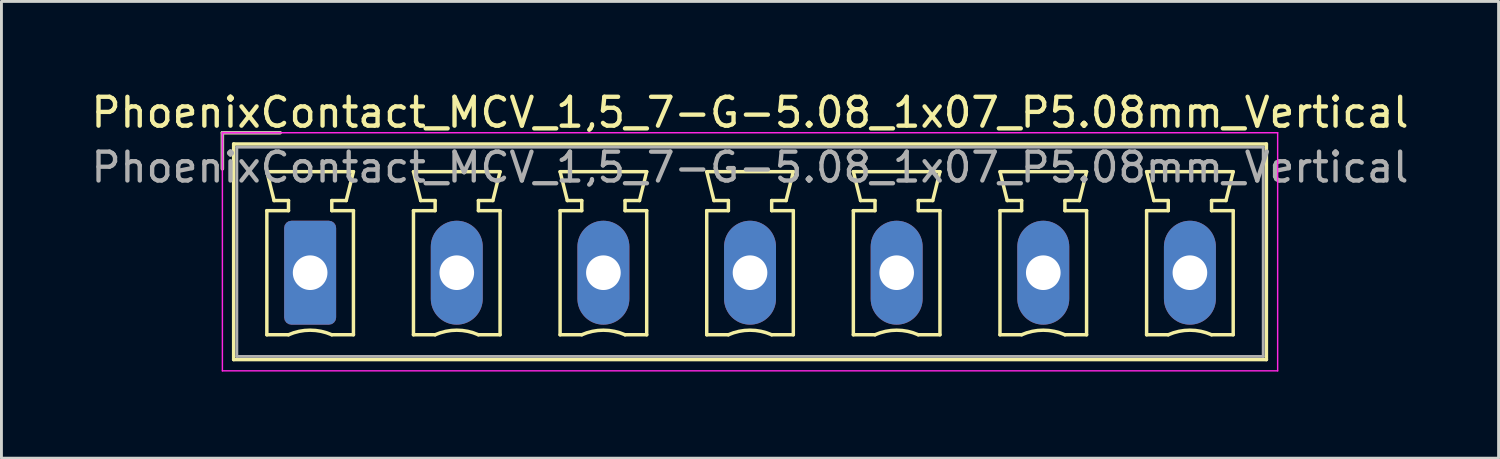
<source format=kicad_pcb>
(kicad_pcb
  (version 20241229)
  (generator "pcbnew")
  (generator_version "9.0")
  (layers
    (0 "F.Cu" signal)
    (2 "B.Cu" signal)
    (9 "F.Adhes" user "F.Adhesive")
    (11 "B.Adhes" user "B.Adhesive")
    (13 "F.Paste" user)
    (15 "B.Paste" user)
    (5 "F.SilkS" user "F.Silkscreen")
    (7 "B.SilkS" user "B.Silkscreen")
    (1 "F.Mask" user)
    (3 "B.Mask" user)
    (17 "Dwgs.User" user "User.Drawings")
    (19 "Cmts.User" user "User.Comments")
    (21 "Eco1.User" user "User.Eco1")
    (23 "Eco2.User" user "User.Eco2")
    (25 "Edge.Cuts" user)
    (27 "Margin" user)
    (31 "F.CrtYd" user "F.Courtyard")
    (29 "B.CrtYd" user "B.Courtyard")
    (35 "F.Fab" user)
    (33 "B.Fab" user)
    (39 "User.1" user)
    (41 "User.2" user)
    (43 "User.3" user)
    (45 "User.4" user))
  (footprint "PhoenixContact_MCV_1,5_7-G-5.08_1x07_P5.08mm_Vertical"
    (layer "F.Cu")
    (at 7.695 6.398)
    (property "Reference" "PhoenixContact_MCV_1,5_7-G-5.08_1x07_P5.08mm_Vertical" (at 15.24 -5.55 0) (layer "F.SilkS") (effects (font (size 1 1) (thickness 0.15))))
    (attr through_hole)
    (fp_line (start -3.04 -4.85) (end -1.04 -4.85) (stroke (width 0.12) (type solid)) (layer "F.SilkS"))
    (fp_line (start -3.04 -3.6) (end -3.04 -4.85) (stroke (width 0.12) (type solid)) (layer "F.SilkS"))
    (fp_line (start -2.65 -4.46) (end -2.65 3.01) (stroke (width 0.12) (type solid)) (layer "F.SilkS"))
    (fp_line (start -2.65 3.01) (end 33.13 3.01) (stroke (width 0.12) (type solid)) (layer "F.SilkS"))
    (fp_line (start -1.5 -3.5) (end 1.5 -3.5) (stroke (width 0.12) (type solid)) (layer "F.SilkS"))
    (fp_line (start -1.5 -2.15) (end -0.75 -2.15) (stroke (width 0.12) (type solid)) (layer "F.SilkS"))
    (fp_line (start -1.5 2.15) (end -1.5 -2.15) (stroke (width 0.12) (type solid)) (layer "F.SilkS"))
    (fp_line (start -1.25 -2.5) (end -1.5 -3.5) (stroke (width 0.12) (type solid)) (layer "F.SilkS"))
    (fp_line (start -0.75 -2.5) (end -1.25 -2.5) (stroke (width 0.12) (type solid)) (layer "F.SilkS"))
    (fp_line (start -0.75 -2.15) (end -0.75 -2.5) (stroke (width 0.12) (type solid)) (layer "F.SilkS"))
    (fp_line (start -0.75 2.15) (end -1.5 2.15) (stroke (width 0.12) (type solid)) (layer "F.SilkS"))
    (fp_line (start 0.75 -2.5) (end 0.75 -2.15) (stroke (width 0.12) (type solid)) (layer "F.SilkS"))
    (fp_line (start 0.75 -2.15) (end 1.5 -2.15) (stroke (width 0.12) (type solid)) (layer "F.SilkS"))
    (fp_line (start 1.25 -2.5) (end 0.75 -2.5) (stroke (width 0.12) (type solid)) (layer "F.SilkS"))
    (fp_line (start 1.5 -3.5) (end 1.25 -2.5) (stroke (width 0.12) (type solid)) (layer "F.SilkS"))
    (fp_line (start 1.5 -2.15) (end 1.5 2.15) (stroke (width 0.12) (type solid)) (layer "F.SilkS"))
    (fp_line (start 1.5 2.15) (end 0.75 2.15) (stroke (width 0.12) (type solid)) (layer "F.SilkS"))
    (fp_line (start 3.58 -3.5) (end 6.58 -3.5) (stroke (width 0.12) (type solid)) (layer "F.SilkS"))
    (fp_line (start 3.58 -2.15) (end 4.33 -2.15) (stroke (width 0.12) (type solid)) (layer "F.SilkS"))
    (fp_line (start 3.58 2.15) (end 3.58 -2.15) (stroke (width 0.12) (type solid)) (layer "F.SilkS"))
    (fp_line (start 3.83 -2.5) (end 3.58 -3.5) (stroke (width 0.12) (type solid)) (layer "F.SilkS"))
    (fp_line (start 4.33 -2.5) (end 3.83 -2.5) (stroke (width 0.12) (type solid)) (layer "F.SilkS"))
    (fp_line (start 4.33 -2.15) (end 4.33 -2.5) (stroke (width 0.12) (type solid)) (layer "F.SilkS"))
    (fp_line (start 4.33 2.15) (end 3.58 2.15) (stroke (width 0.12) (type solid)) (layer "F.SilkS"))
    (fp_line (start 5.83 -2.5) (end 5.83 -2.15) (stroke (width 0.12) (type solid)) (layer "F.SilkS"))
    (fp_line (start 5.83 -2.15) (end 6.58 -2.15) (stroke (width 0.12) (type solid)) (layer "F.SilkS"))
    (fp_line (start 6.33 -2.5) (end 5.83 -2.5) (stroke (width 0.12) (type solid)) (layer "F.SilkS"))
    (fp_line (start 6.58 -3.5) (end 6.33 -2.5) (stroke (width 0.12) (type solid)) (layer "F.SilkS"))
    (fp_line (start 6.58 -2.15) (end 6.58 2.15) (stroke (width 0.12) (type solid)) (layer "F.SilkS"))
    (fp_line (start 6.58 2.15) (end 5.83 2.15) (stroke (width 0.12) (type solid)) (layer "F.SilkS"))
    (fp_line (start 8.66 -3.5) (end 11.66 -3.5) (stroke (width 0.12) (type solid)) (layer "F.SilkS"))
    (fp_line (start 8.66 -2.15) (end 9.41 -2.15) (stroke (width 0.12) (type solid)) (layer "F.SilkS"))
    (fp_line (start 8.66 2.15) (end 8.66 -2.15) (stroke (width 0.12) (type solid)) (layer "F.SilkS"))
    (fp_line (start 8.91 -2.5) (end 8.66 -3.5) (stroke (width 0.12) (type solid)) (layer "F.SilkS"))
    (fp_line (start 9.41 -2.5) (end 8.91 -2.5) (stroke (width 0.12) (type solid)) (layer "F.SilkS"))
    (fp_line (start 9.41 -2.15) (end 9.41 -2.5) (stroke (width 0.12) (type solid)) (layer "F.SilkS"))
    (fp_line (start 9.41 2.15) (end 8.66 2.15) (stroke (width 0.12) (type solid)) (layer "F.SilkS"))
    (fp_line (start 10.91 -2.5) (end 10.91 -2.15) (stroke (width 0.12) (type solid)) (layer "F.SilkS"))
    (fp_line (start 10.91 -2.15) (end 11.66 -2.15) (stroke (width 0.12) (type solid)) (layer "F.SilkS"))
    (fp_line (start 11.41 -2.5) (end 10.91 -2.5) (stroke (width 0.12) (type solid)) (layer "F.SilkS"))
    (fp_line (start 11.66 -3.5) (end 11.41 -2.5) (stroke (width 0.12) (type solid)) (layer "F.SilkS"))
    (fp_line (start 11.66 -2.15) (end 11.66 2.15) (stroke (width 0.12) (type solid)) (layer "F.SilkS"))
    (fp_line (start 11.66 2.15) (end 10.91 2.15) (stroke (width 0.12) (type solid)) (layer "F.SilkS"))
    (fp_line (start 13.74 -3.5) (end 16.74 -3.5) (stroke (width 0.12) (type solid)) (layer "F.SilkS"))
    (fp_line (start 13.74 -2.15) (end 14.49 -2.15) (stroke (width 0.12) (type solid)) (layer "F.SilkS"))
    (fp_line (start 13.74 2.15) (end 13.74 -2.15) (stroke (width 0.12) (type solid)) (layer "F.SilkS"))
    (fp_line (start 13.99 -2.5) (end 13.74 -3.5) (stroke (width 0.12) (type solid)) (layer "F.SilkS"))
    (fp_line (start 14.49 -2.5) (end 13.99 -2.5) (stroke (width 0.12) (type solid)) (layer "F.SilkS"))
    (fp_line (start 14.49 -2.15) (end 14.49 -2.5) (stroke (width 0.12) (type solid)) (layer "F.SilkS"))
    (fp_line (start 14.49 2.15) (end 13.74 2.15) (stroke (width 0.12) (type solid)) (layer "F.SilkS"))
    (fp_line (start 15.99 -2.5) (end 15.99 -2.15) (stroke (width 0.12) (type solid)) (layer "F.SilkS"))
    (fp_line (start 15.99 -2.15) (end 16.74 -2.15) (stroke (width 0.12) (type solid)) (layer "F.SilkS"))
    (fp_line (start 16.49 -2.5) (end 15.99 -2.5) (stroke (width 0.12) (type solid)) (layer "F.SilkS"))
    (fp_line (start 16.74 -3.5) (end 16.49 -2.5) (stroke (width 0.12) (type solid)) (layer "F.SilkS"))
    (fp_line (start 16.74 -2.15) (end 16.74 2.15) (stroke (width 0.12) (type solid)) (layer "F.SilkS"))
    (fp_line (start 16.74 2.15) (end 15.99 2.15) (stroke (width 0.12) (type solid)) (layer "F.SilkS"))
    (fp_line (start 18.82 -3.5) (end 21.82 -3.5) (stroke (width 0.12) (type solid)) (layer "F.SilkS"))
    (fp_line (start 18.82 -2.15) (end 19.57 -2.15) (stroke (width 0.12) (type solid)) (layer "F.SilkS"))
    (fp_line (start 18.82 2.15) (end 18.82 -2.15) (stroke (width 0.12) (type solid)) (layer "F.SilkS"))
    (fp_line (start 19.07 -2.5) (end 18.82 -3.5) (stroke (width 0.12) (type solid)) (layer "F.SilkS"))
    (fp_line (start 19.57 -2.5) (end 19.07 -2.5) (stroke (width 0.12) (type solid)) (layer "F.SilkS"))
    (fp_line (start 19.57 -2.15) (end 19.57 -2.5) (stroke (width 0.12) (type solid)) (layer "F.SilkS"))
    (fp_line (start 19.57 2.15) (end 18.82 2.15) (stroke (width 0.12) (type solid)) (layer "F.SilkS"))
    (fp_line (start 21.07 -2.5) (end 21.07 -2.15) (stroke (width 0.12) (type solid)) (layer "F.SilkS"))
    (fp_line (start 21.07 -2.15) (end 21.82 -2.15) (stroke (width 0.12) (type solid)) (layer "F.SilkS"))
    (fp_line (start 21.57 -2.5) (end 21.07 -2.5) (stroke (width 0.12) (type solid)) (layer "F.SilkS"))
    (fp_line (start 21.82 -3.5) (end 21.57 -2.5) (stroke (width 0.12) (type solid)) (layer "F.SilkS"))
    (fp_line (start 21.82 -2.15) (end 21.82 2.15) (stroke (width 0.12) (type solid)) (layer "F.SilkS"))
    (fp_line (start 21.82 2.15) (end 21.07 2.15) (stroke (width 0.12) (type solid)) (layer "F.SilkS"))
    (fp_line (start 23.9 -3.5) (end 26.9 -3.5) (stroke (width 0.12) (type solid)) (layer "F.SilkS"))
    (fp_line (start 23.9 -2.15) (end 24.65 -2.15) (stroke (width 0.12) (type solid)) (layer "F.SilkS"))
    (fp_line (start 23.9 2.15) (end 23.9 -2.15) (stroke (width 0.12) (type solid)) (layer "F.SilkS"))
    (fp_line (start 24.15 -2.5) (end 23.9 -3.5) (stroke (width 0.12) (type solid)) (layer "F.SilkS"))
    (fp_line (start 24.65 -2.5) (end 24.15 -2.5) (stroke (width 0.12) (type solid)) (layer "F.SilkS"))
    (fp_line (start 24.65 -2.15) (end 24.65 -2.5) (stroke (width 0.12) (type solid)) (layer "F.SilkS"))
    (fp_line (start 24.65 2.15) (end 23.9 2.15) (stroke (width 0.12) (type solid)) (layer "F.SilkS"))
    (fp_line (start 26.15 -2.5) (end 26.15 -2.15) (stroke (width 0.12) (type solid)) (layer "F.SilkS"))
    (fp_line (start 26.15 -2.15) (end 26.9 -2.15) (stroke (width 0.12) (type solid)) (layer "F.SilkS"))
    (fp_line (start 26.65 -2.5) (end 26.15 -2.5) (stroke (width 0.12) (type solid)) (layer "F.SilkS"))
    (fp_line (start 26.9 -3.5) (end 26.65 -2.5) (stroke (width 0.12) (type solid)) (layer "F.SilkS"))
    (fp_line (start 26.9 -2.15) (end 26.9 2.15) (stroke (width 0.12) (type solid)) (layer "F.SilkS"))
    (fp_line (start 26.9 2.15) (end 26.15 2.15) (stroke (width 0.12) (type solid)) (layer "F.SilkS"))
    (fp_line (start 28.98 -3.5) (end 31.98 -3.5) (stroke (width 0.12) (type solid)) (layer "F.SilkS"))
    (fp_line (start 28.98 -2.15) (end 29.73 -2.15) (stroke (width 0.12) (type solid)) (layer "F.SilkS"))
    (fp_line (start 28.98 2.15) (end 28.98 -2.15) (stroke (width 0.12) (type solid)) (layer "F.SilkS"))
    (fp_line (start 29.23 -2.5) (end 28.98 -3.5) (stroke (width 0.12) (type solid)) (layer "F.SilkS"))
    (fp_line (start 29.73 -2.5) (end 29.23 -2.5) (stroke (width 0.12) (type solid)) (layer "F.SilkS"))
    (fp_line (start 29.73 -2.15) (end 29.73 -2.5) (stroke (width 0.12) (type solid)) (layer "F.SilkS"))
    (fp_line (start 29.73 2.15) (end 28.98 2.15) (stroke (width 0.12) (type solid)) (layer "F.SilkS"))
    (fp_line (start 31.23 -2.5) (end 31.23 -2.15) (stroke (width 0.12) (type solid)) (layer "F.SilkS"))
    (fp_line (start 31.23 -2.15) (end 31.98 -2.15) (stroke (width 0.12) (type solid)) (layer "F.SilkS"))
    (fp_line (start 31.73 -2.5) (end 31.23 -2.5) (stroke (width 0.12) (type solid)) (layer "F.SilkS"))
    (fp_line (start 31.98 -3.5) (end 31.73 -2.5) (stroke (width 0.12) (type solid)) (layer "F.SilkS"))
    (fp_line (start 31.98 -2.15) (end 31.98 2.15) (stroke (width 0.12) (type solid)) (layer "F.SilkS"))
    (fp_line (start 31.98 2.15) (end 31.23 2.15) (stroke (width 0.12) (type solid)) (layer "F.SilkS"))
    (fp_line (start 33.13 -4.46) (end -2.65 -4.46) (stroke (width 0.12) (type solid)) (layer "F.SilkS"))
    (fp_line (start 33.13 3.01) (end 33.13 -4.46) (stroke (width 0.12) (type solid)) (layer "F.SilkS"))
    (fp_arc (start -0.75 2.15) (mid -0.000193 1.99191) (end 0.749647 2.149844) (stroke (width 0.12) (type solid)) (layer "F.SilkS"))
    (fp_arc (start 4.33 2.15) (mid 5.079807 1.99191) (end 5.829647 2.149844) (stroke (width 0.12) (type solid)) (layer "F.SilkS"))
    (fp_arc (start 9.41 2.15) (mid 10.159807 1.99191) (end 10.909647 2.149844) (stroke (width 0.12) (type solid)) (layer "F.SilkS"))
    (fp_arc (start 14.49 2.15) (mid 15.239807 1.99191) (end 15.989647 2.149844) (stroke (width 0.12) (type solid)) (layer "F.SilkS"))
    (fp_arc (start 19.57 2.15) (mid 20.319807 1.99191) (end 21.069647 2.149844) (stroke (width 0.12) (type solid)) (layer "F.SilkS"))
    (fp_arc (start 24.65 2.15) (mid 25.399807 1.99191) (end 26.149647 2.149844) (stroke (width 0.12) (type solid)) (layer "F.SilkS"))
    (fp_arc (start 29.73 2.15) (mid 30.479807 1.99191) (end 31.229647 2.149844) (stroke (width 0.12) (type solid)) (layer "F.SilkS"))
    (fp_line (start -3.04 -4.85) (end -3.04 3.4) (stroke (width 0.05) (type solid)) (layer "F.CrtYd"))
    (fp_line (start -3.04 3.4) (end 33.52 3.4) (stroke (width 0.05) (type solid)) (layer "F.CrtYd"))
    (fp_line (start 33.52 -4.85) (end -3.04 -4.85) (stroke (width 0.05) (type solid)) (layer "F.CrtYd"))
    (fp_line (start 33.52 3.4) (end 33.52 -4.85) (stroke (width 0.05) (type solid)) (layer "F.CrtYd"))
    (fp_line (start -3.04 -4.85) (end -1.04 -4.85) (stroke (width 0.1) (type solid)) (layer "F.Fab"))
    (fp_line (start -3.04 -3.6) (end -3.04 -4.85) (stroke (width 0.1) (type solid)) (layer "F.Fab"))
    (fp_line (start -2.54 -4.35) (end -2.54 2.9) (stroke (width 0.1) (type solid)) (layer "F.Fab"))
    (fp_line (start -2.54 2.9) (end 33.02 2.9) (stroke (width 0.1) (type solid)) (layer "F.Fab"))
    (fp_line (start 33.02 -4.35) (end -2.54 -4.35) (stroke (width 0.1) (type solid)) (layer "F.Fab"))
    (fp_line (start 33.02 2.9) (end 33.02 -4.35) (stroke (width 0.1) (type solid)) (layer "F.Fab"))
    (fp_text user "${REFERENCE}" (at 15.24 -3.65 0) (layer "F.Fab") (effects (font (size 1 1) (thickness 0.15))))
    (pad "1" thru_hole roundrect (at 0 0) (size 1.8 3.6) (drill 1.2) (layers "*.Cu" "*.Mask") (roundrect_rratio 0.139))
    (pad "2" thru_hole oval (at 5.08 0) (size 1.8 3.6) (drill 1.2) (layers "*.Cu" "*.Mask"))
    (pad "3" thru_hole oval (at 10.16 0) (size 1.8 3.6) (drill 1.2) (layers "*.Cu" "*.Mask"))
    (pad "4" thru_hole oval (at 15.24 0) (size 1.8 3.6) (drill 1.2) (layers "*.Cu" "*.Mask"))
    (pad "5" thru_hole oval (at 20.32 0) (size 1.8 3.6) (drill 1.2) (layers "*.Cu" "*.Mask"))
    (pad "6" thru_hole oval (at 25.4 0) (size 1.8 3.6) (drill 1.2) (layers "*.Cu" "*.Mask"))
    (pad "7" thru_hole oval (at 30.48 0) (size 1.8 3.6) (drill 1.2) (layers "*.Cu" "*.Mask")))
  (gr_rect
    (start -3 -3)
    (end 48.869 12.823)
    (stroke (width 0.1) (type default))
    (fill no)
    (layer "Edge.Cuts")))
</source>
